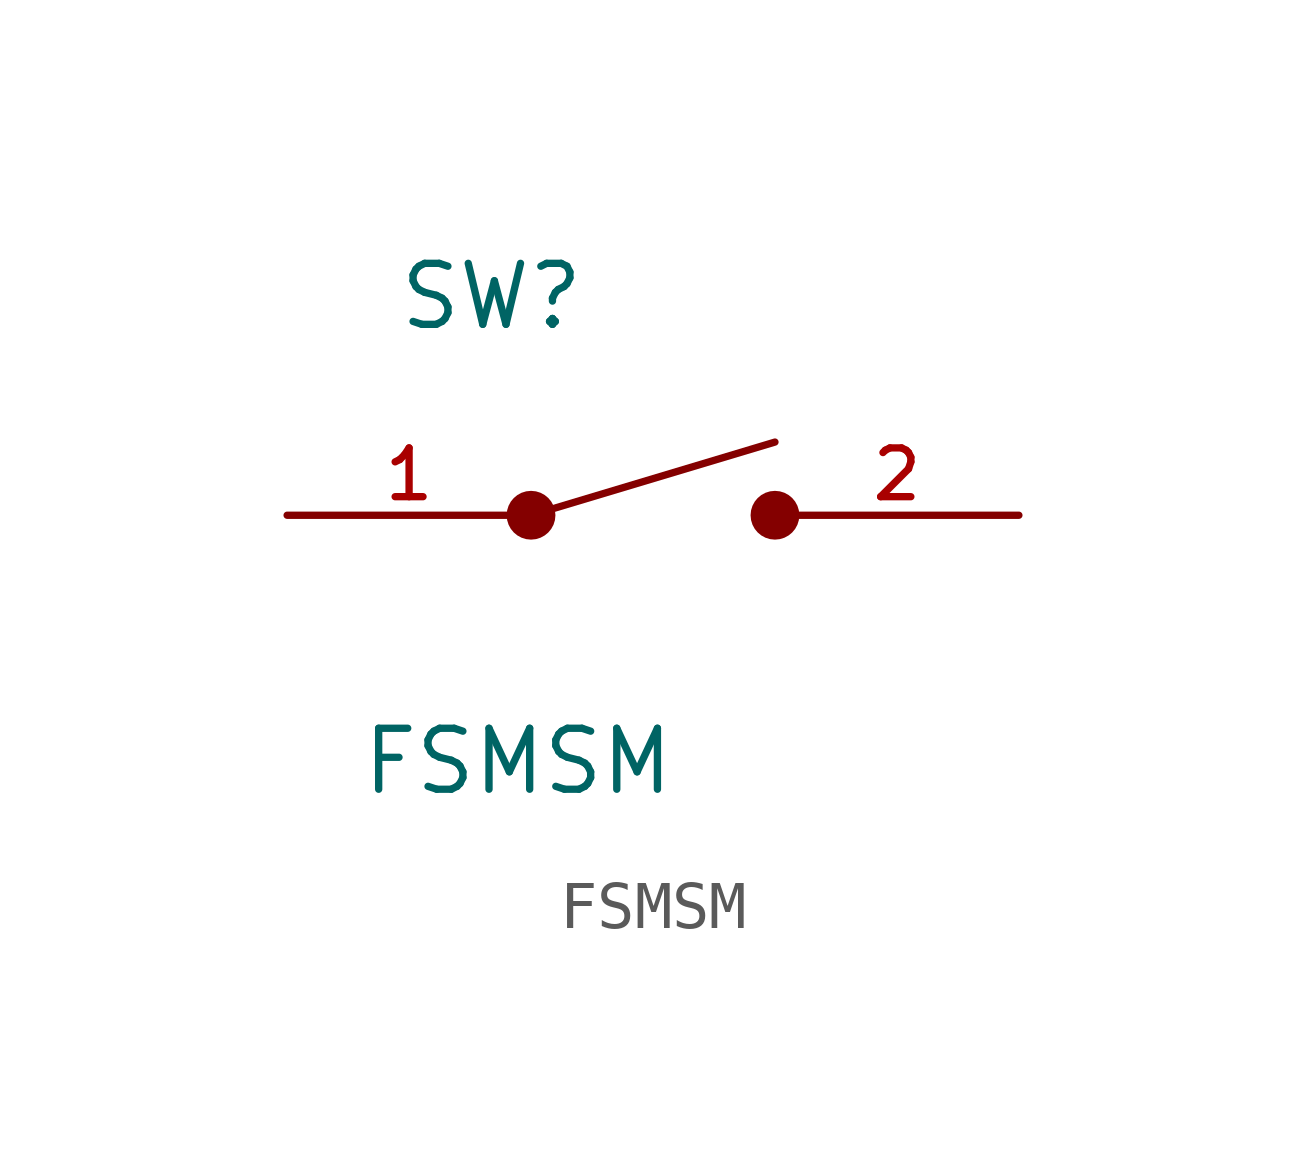
<source format=kicad_sym>
(kicad_symbol_lib
  (version 20211014)
  (generator kicad_symbol_editor)
  (symbol "FSMSM"
    (pin_names
      (offset 1.016))
    (property "Reference" "SW"
      (at -5.339 3.813 0)
      (effects (font (size 1.27 1.27)) (justify bottom left)))
    (property "Value" "FSMSM"
      (at -6.116 -5.87 0)
      (effects (font (size 1.27 1.27)) (justify bottom left)))
    (symbol "FSMSM_0_0"
      (circle (center 2.54 0.0) (radius 0.254) (stroke (width 0.508)) (fill (type none)))
      (circle (center -2.54 0.0) (radius 0.254) (stroke (width 0.508)) (fill (type none)))
      (polyline (pts (xy -2.54 0.0) (xy 2.54 1.524)) (stroke (width 0.152)))
      (pin passive line (at -7.62 0.0 0) (length 5.08) (name "~" (effects (font (size 1.016 1.016)))) (number "1" (effects (font (size 1.016 1.016)))))
      (pin passive line (at 7.62 0.0 180.0) (length 5.08) (name "~" (effects (font (size 1.016 1.016)))) (number "2" (effects (font (size 1.016 1.016))))))))
</source>
